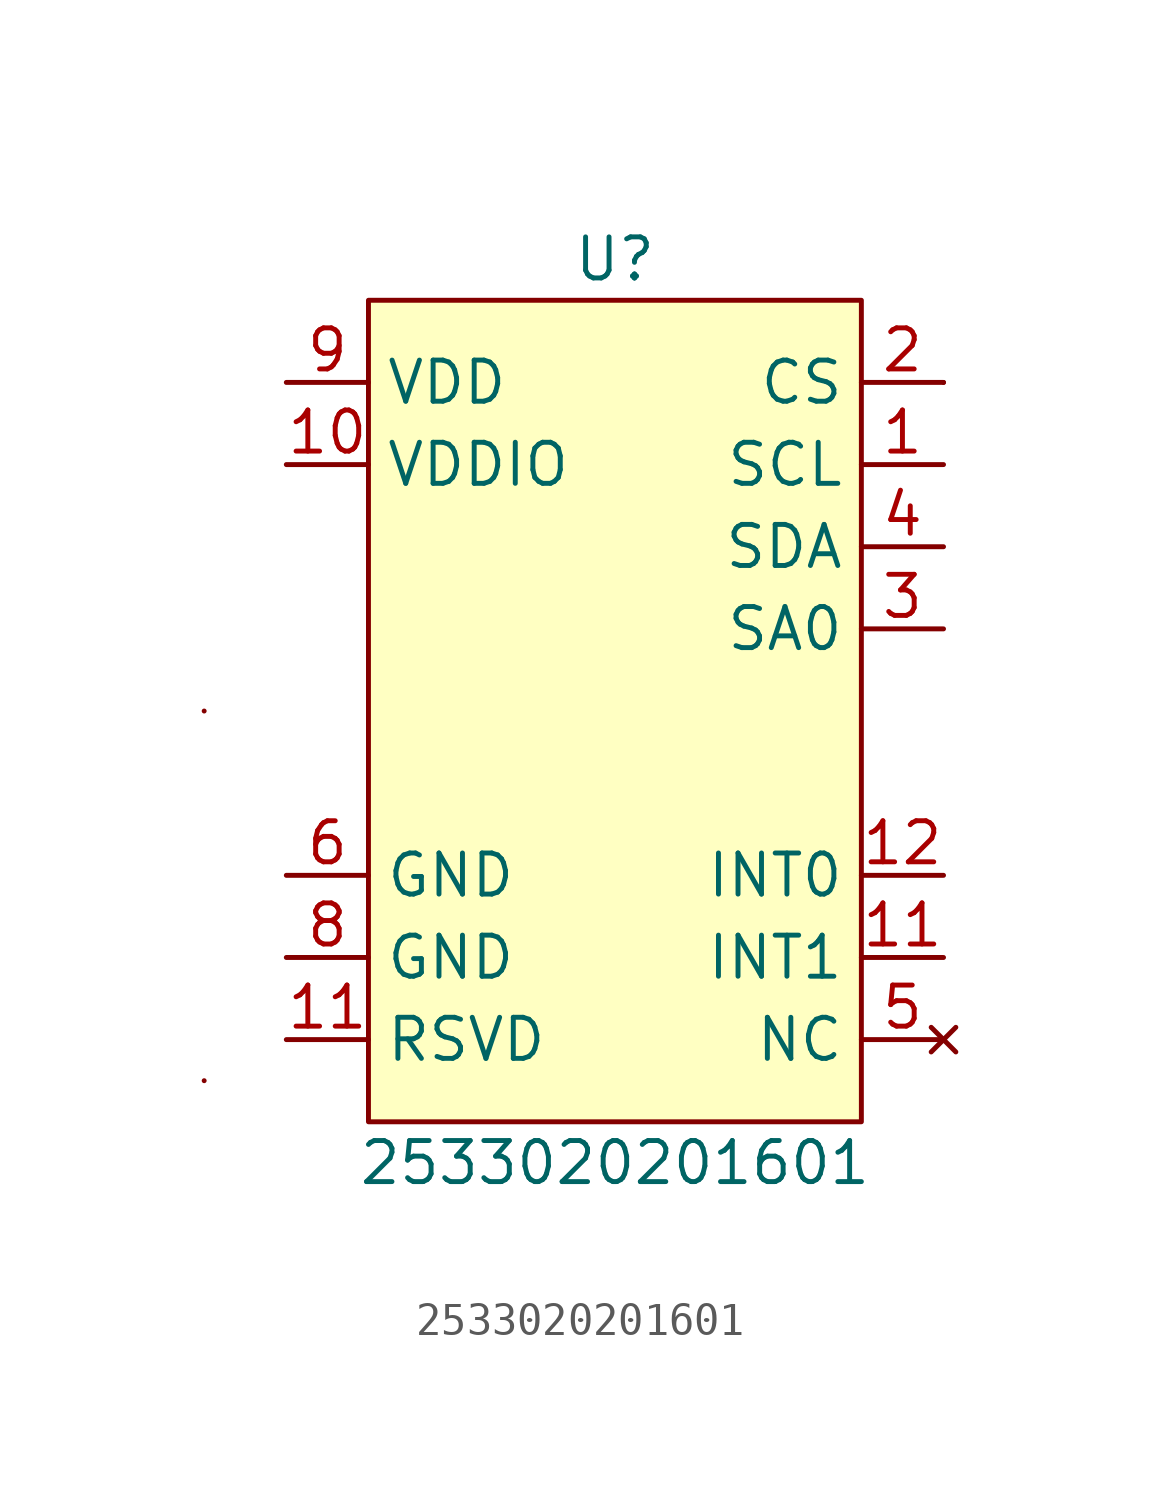
<source format=kicad_sym>
(kicad_symbol_lib
  (version 20241209)
  (generator "kicad_symbol_editor")
  (generator_version "9.0")
  (symbol "2533020201601"
    (property "Reference" "U"
      (at 0 13.97 0)
      (effects (font (size 1.27 1.27))))
    (property "Value" "2533020201601"
      (at 0 -13.97 0)
      (effects (font (size 1.27 1.27))))
    (symbol "2533020201601_0_1"
      (polyline (pts (xy -12.7 0) (xy -12.7 0)) (stroke (width 0) (type default)) (fill (type none)))
      (polyline (pts (xy -12.7 -11.43) (xy -12.7 -11.43)) (stroke (width 0) (type default)) (fill (type none)))
      (polyline (pts (xy 10.16 10.16) (xy 10.16 10.16)) (stroke (width 0) (type default)) (fill (type none))))
    (symbol "2533020201601_1_1"
      (rectangle (start -7.62 12.7) (end 7.62 -12.7) (stroke (width 0) (type solid)) (fill (type background)))
      (pin power_in line (at -10.16 10.16 0) (length 2.54) (name "VDD" (effects (font (size 1.27 1.27)))) (number "9" (effects (font (size 1.27 1.27)))))
      (pin power_in line (at -10.16 7.62 0) (length 2.54) (name "VDDIO" (effects (font (size 1.27 1.27)))) (number "10" (effects (font (size 1.27 1.27)))))
      (pin power_in line (at -10.16 -5.08 0) (length 2.54) (name "GND" (effects (font (size 1.27 1.27)))) (number "6" (effects (font (size 1.27 1.27)))))
      (pin power_in line (at -10.16 -7.62 0) (length 2.54) (name "GND" (effects (font (size 1.27 1.27)))) (number "8" (effects (font (size 1.27 1.27)))))
      (pin unspecified line (at -10.16 -10.16 0) (length 2.54) (name "RSVD" (effects (font (size 1.27 1.27)))) (number "11" (effects (font (size 1.27 1.27)))))
      (pin input line (at 10.16 10.16 180) (length 2.54) (name "CS" (effects (font (size 1.27 1.27)))) (number "2" (effects (font (size 1.27 1.27)))))
      (pin input line (at 10.16 7.62 180) (length 2.54) (name "SCL" (effects (font (size 1.27 1.27)))) (number "1" (effects (font (size 1.27 1.27)))))
      (pin bidirectional line (at 10.16 5.08 180) (length 2.54) (name "SDA" (effects (font (size 1.27 1.27)))) (number "4" (effects (font (size 1.27 1.27)))))
      (pin bidirectional line (at 10.16 2.54 180) (length 2.54) (name "SA0" (effects (font (size 1.27 1.27)))) (number "3" (effects (font (size 1.27 1.27)))))
      (pin output line (at 10.16 -5.08 180) (length 2.54) (name "INT0" (effects (font (size 1.27 1.27)))) (number "12" (effects (font (size 1.27 1.27)))))
      (pin output line (at 10.16 -7.62 180) (length 2.54) (name "INT1" (effects (font (size 1.27 1.27)))) (number "11" (effects (font (size 1.27 1.27)))))
      (pin no_connect line (at 10.16 -10.16 180) (length 2.54) (name "NC" (effects (font (size 1.27 1.27)))) (number "5" (effects (font (size 1.27 1.27))))))))
</source>
